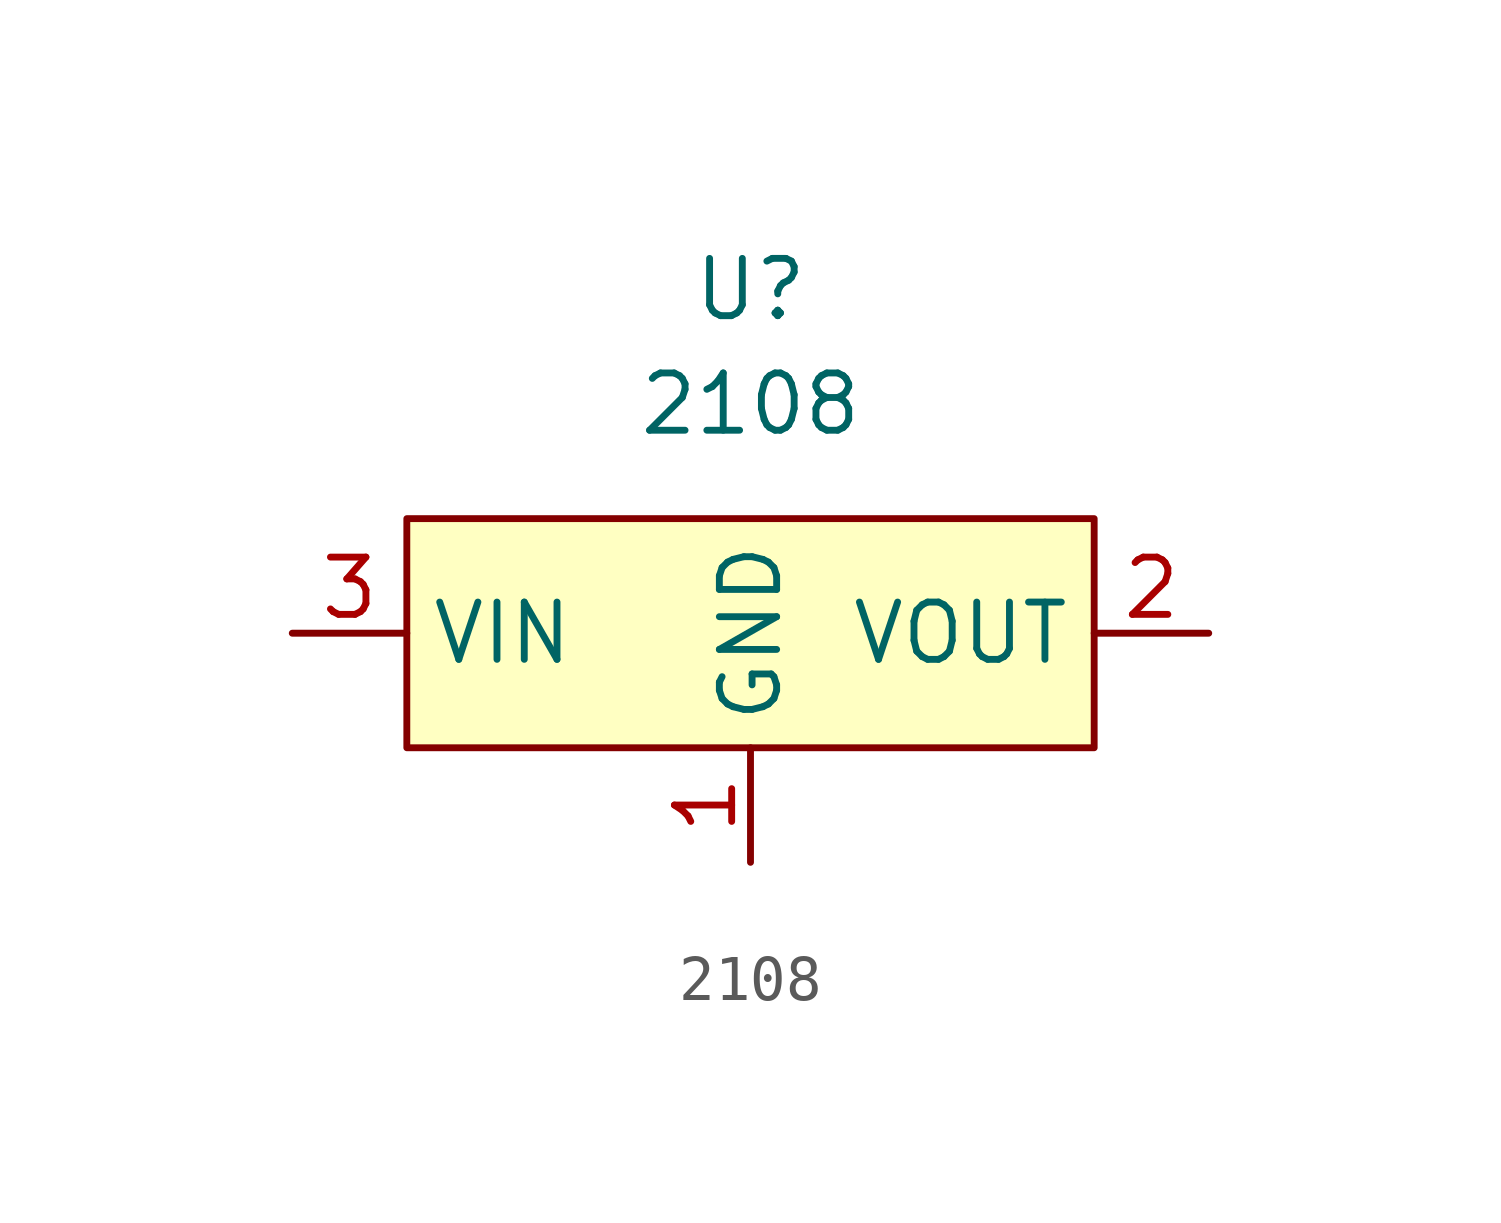
<source format=kicad_sym>
(kicad_symbol_lib
  (version 20211014)
  (generator kicad_symbol_editor)
  (symbol "2108"
    (property "Reference" "U"
      (at 0 7.62 0)
      (effects (font (size 1.27 1.27))))
    (property "Value" "2108"
      (at 0 5.08 0)
      (effects (font (size 1.27 1.27))))
    (symbol "2108_0_1"
      (rectangle (start -7.62 2.54) (end 7.62 -2.54) (stroke (width 0.152) (type default) (color 0 0 0 0)) (fill (type background))))
    (symbol "2108_1_1"
      (pin input line (at 0 -5.08 90) (length 2.54) (name "GND" (effects (font (size 1.27 1.27)))) (number "1" (effects (font (size 1.27 1.27)))))
      (pin output line (at 10.16 0 180) (length 2.54) (name "VOUT" (effects (font (size 1.27 1.27)))) (number "2" (effects (font (size 1.27 1.27)))))
      (pin input line (at -10.16 0 0) (length 2.54) (name "VIN" (effects (font (size 1.27 1.27)))) (number "3" (effects (font (size 1.27 1.27))))))))
</source>
